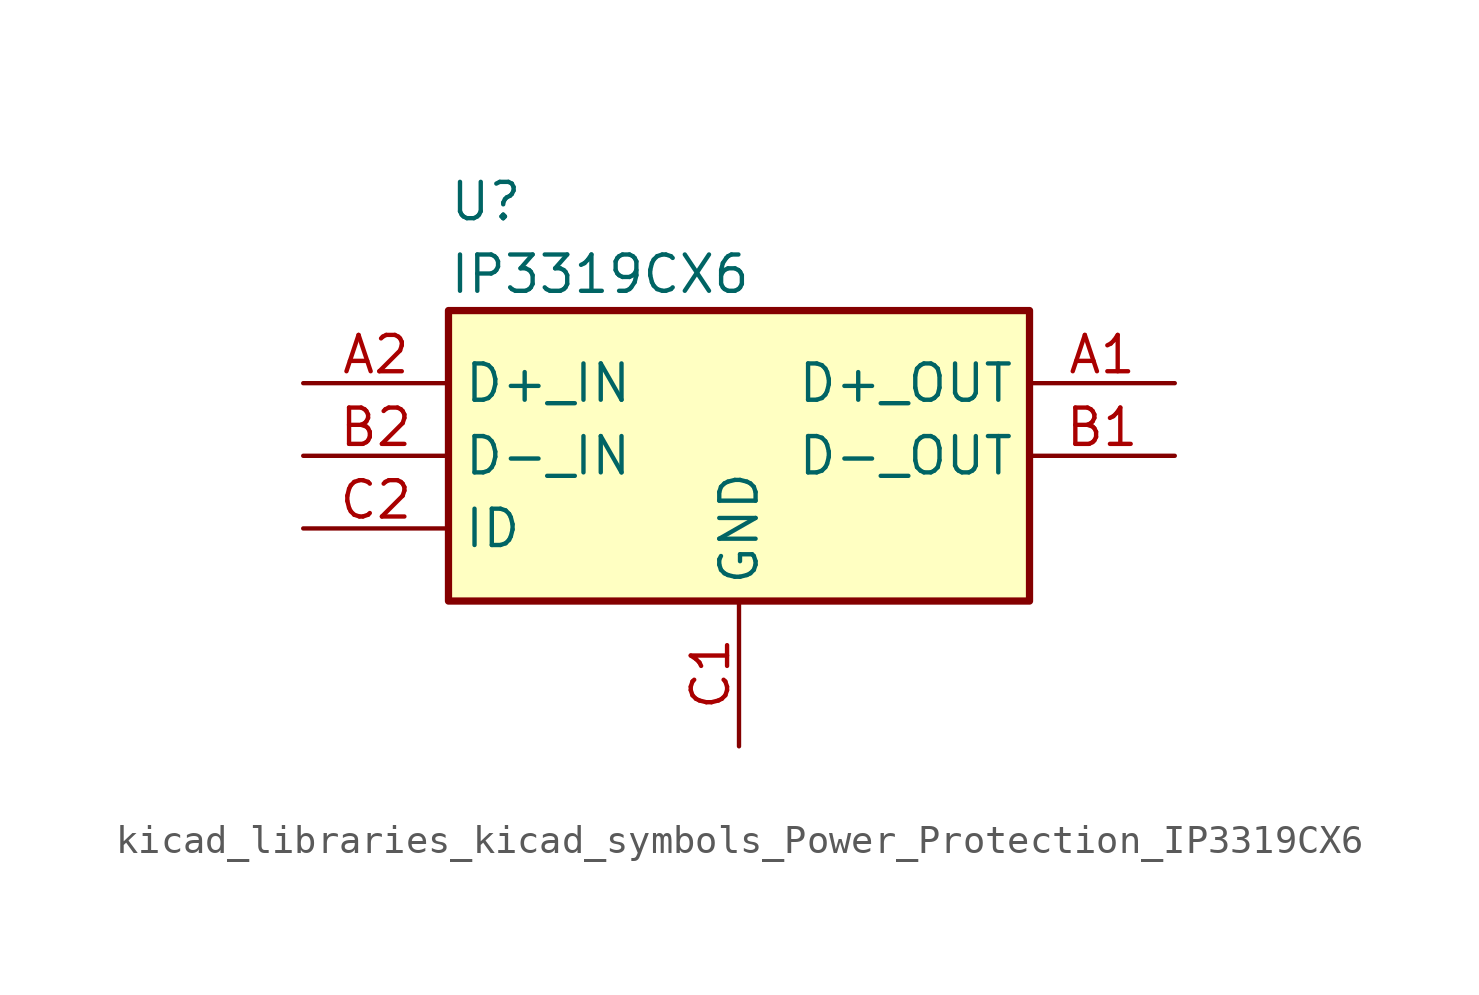
<source format=kicad_sym>
(kicad_symbol_lib
  (version 20220914)
  (generator kicad_symbol_editor)
  (symbol "kicad_libraries_kicad_symbols_Power_Protection_IP3319CX6"
    (property "Reference" "U"
      (at -10.16 8.89 0)
      (effects (font (size 1.27 1.27)) (justify left)))
    (property "Value" "IP3319CX6"
      (at -10.16 6.35 0)
      (effects (font (size 1.27 1.27)) (justify left)))
    (symbol "kicad_libraries_kicad_symbols_Power_Protection_IP3319CX6_0_1"
      (rectangle (start -10.16 5.08) (end 10.16 -5.08) (stroke (width 0.254) (type default)) (fill (type background))))
    (symbol "kicad_libraries_kicad_symbols_Power_Protection_IP3319CX6_1_1"
      (pin passive line (at 15.24 2.54 180) (length 5.08) (name "D+_OUT" (effects (font (size 1.27 1.27)))) (number "A1" (effects (font (size 1.27 1.27)))))
      (pin passive line (at -15.24 2.54 0) (length 5.08) (name "D+_IN" (effects (font (size 1.27 1.27)))) (number "A2" (effects (font (size 1.27 1.27)))))
      (pin passive line (at 15.24 0 180) (length 5.08) (name "D-_OUT" (effects (font (size 1.27 1.27)))) (number "B1" (effects (font (size 1.27 1.27)))))
      (pin passive line (at -15.24 0 0) (length 5.08) (name "D-_IN" (effects (font (size 1.27 1.27)))) (number "B2" (effects (font (size 1.27 1.27)))))
      (pin power_in line (at 0 -10.16 90) (length 5.08) (name "GND" (effects (font (size 1.27 1.27)))) (number "C1" (effects (font (size 1.27 1.27)))))
      (pin passive line (at -15.24 -2.54 0) (length 5.08) (name "ID" (effects (font (size 1.27 1.27)))) (number "C2" (effects (font (size 1.27 1.27))))))))
</source>
